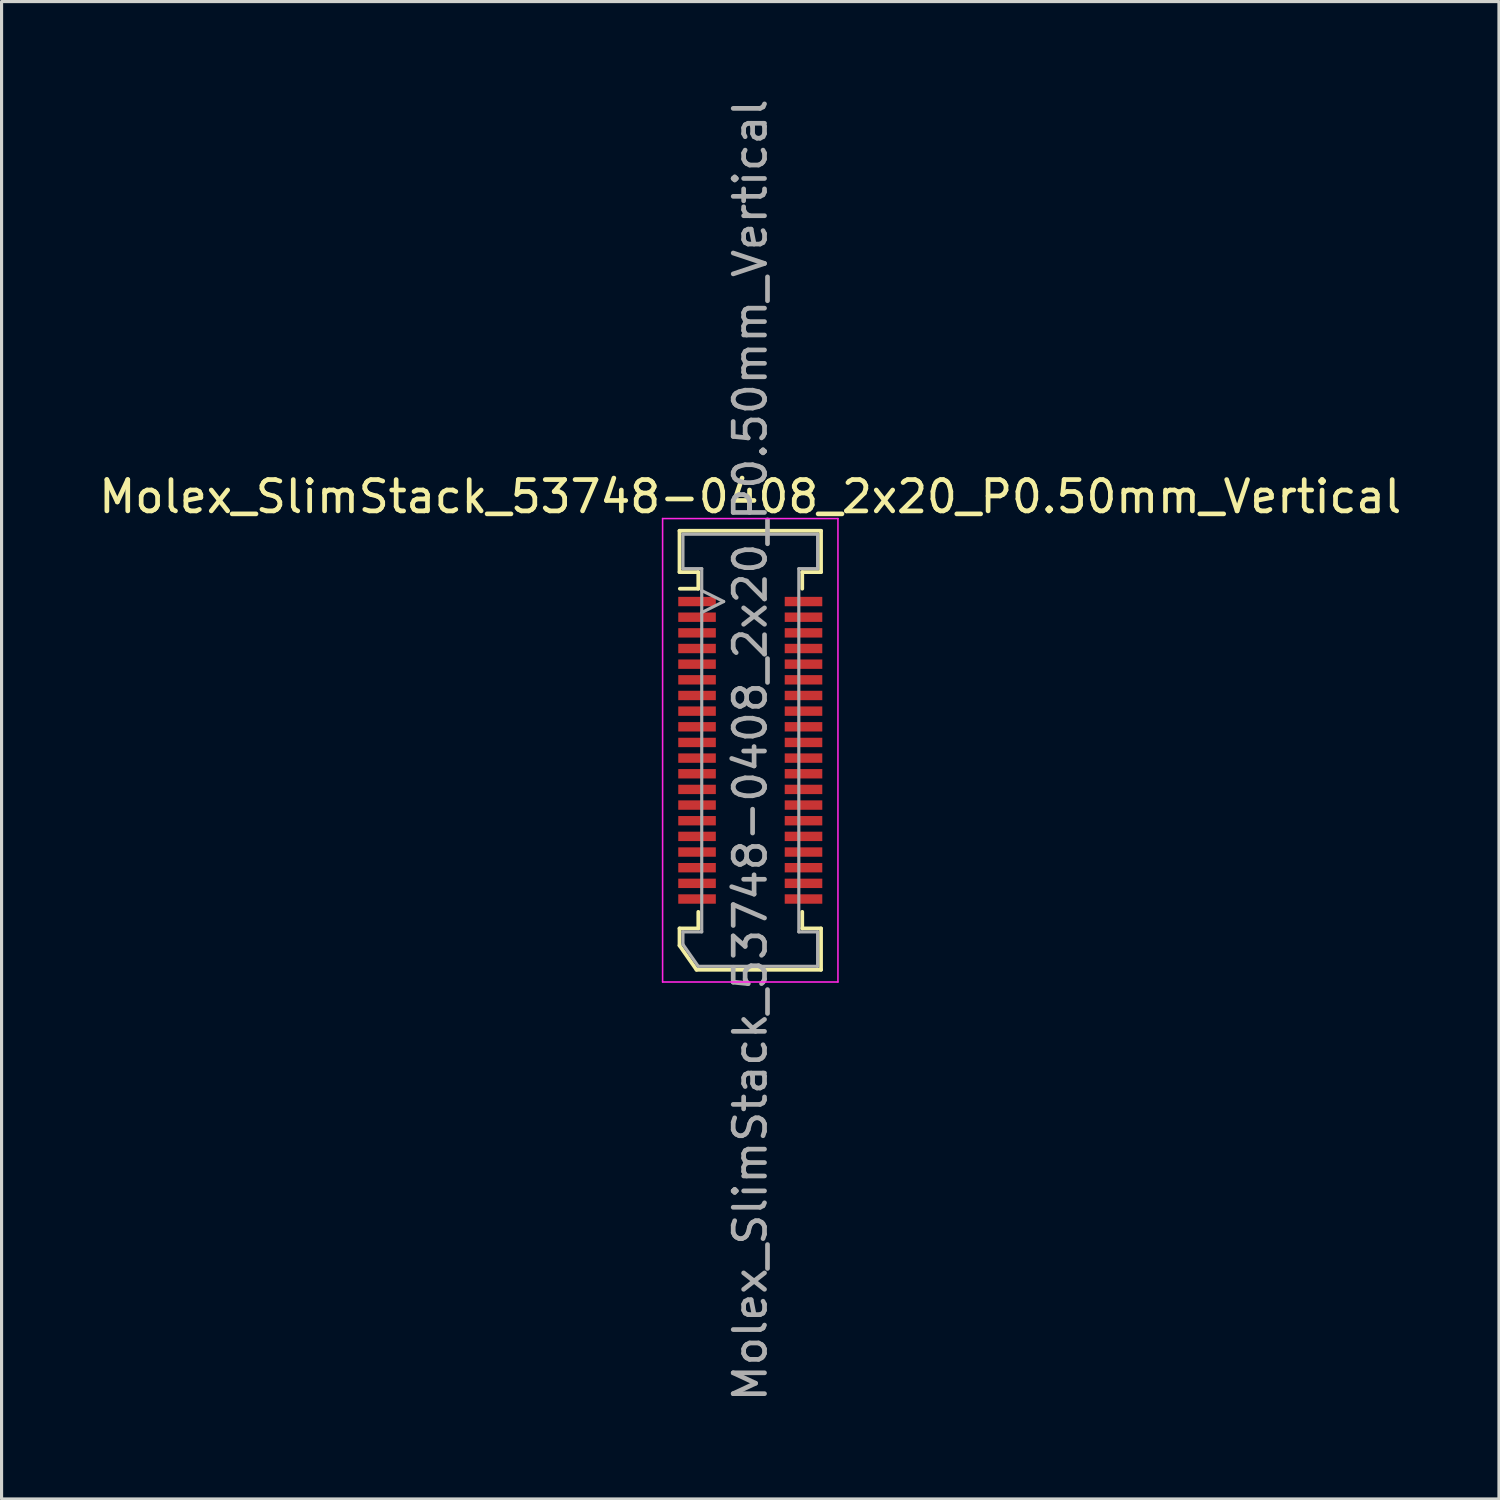
<source format=kicad_pcb>
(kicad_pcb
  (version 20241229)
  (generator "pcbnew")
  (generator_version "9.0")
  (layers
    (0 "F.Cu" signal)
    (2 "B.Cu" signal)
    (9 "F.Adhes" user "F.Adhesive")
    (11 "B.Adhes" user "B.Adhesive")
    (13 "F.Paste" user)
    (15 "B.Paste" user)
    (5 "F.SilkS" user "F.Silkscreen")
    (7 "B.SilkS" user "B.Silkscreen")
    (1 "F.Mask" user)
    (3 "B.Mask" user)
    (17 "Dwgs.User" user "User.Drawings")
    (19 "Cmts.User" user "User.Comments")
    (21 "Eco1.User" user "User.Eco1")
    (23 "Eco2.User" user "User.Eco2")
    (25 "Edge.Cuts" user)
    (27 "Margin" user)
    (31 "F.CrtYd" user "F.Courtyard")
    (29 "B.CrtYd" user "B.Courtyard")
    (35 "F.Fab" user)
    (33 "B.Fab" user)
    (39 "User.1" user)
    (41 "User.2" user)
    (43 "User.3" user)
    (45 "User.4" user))
  (footprint "Molex_SlimStack_53748-0408_2x20_P0.50mm_Vertical"
    (layer "F.Cu")
    (at 20.911 20.911)
    (property "Reference" "Molex_SlimStack_53748-0408_2x20_P0.50mm_Vertical" (at 0 -8.1 0) (layer "F.SilkS") (effects (font (size 1 1) (thickness 0.15))))
    (attr smd)
    (fp_line (start -2.26 -7.01) (end -2.26 -5.69) (stroke (width 0.12) (type solid)) (layer "F.SilkS"))
    (fp_line (start -2.26 -5.69) (end -1.66 -5.69) (stroke (width 0.12) (type solid)) (layer "F.SilkS"))
    (fp_line (start -2.26 5.69) (end -1.66 5.69) (stroke (width 0.12) (type solid)) (layer "F.SilkS"))
    (fp_line (start -2.26 6.235) (end -2.26 5.69) (stroke (width 0.12) (type solid)) (layer "F.SilkS"))
    (fp_line (start -1.717 7.01) (end -2.26 6.235) (stroke (width 0.12) (type solid)) (layer "F.SilkS"))
    (fp_line (start -1.66 -5.69) (end -1.66 -5.16) (stroke (width 0.12) (type solid)) (layer "F.SilkS"))
    (fp_line (start -1.66 -5.16) (end -2.25 -5.16) (stroke (width 0.12) (type solid)) (layer "F.SilkS"))
    (fp_line (start -1.66 5.69) (end -1.66 5.16) (stroke (width 0.12) (type solid)) (layer "F.SilkS"))
    (fp_line (start 1.66 -5.69) (end 2.26 -5.69) (stroke (width 0.12) (type solid)) (layer "F.SilkS"))
    (fp_line (start 1.66 -5.16) (end 1.66 -5.69) (stroke (width 0.12) (type solid)) (layer "F.SilkS"))
    (fp_line (start 1.66 5.16) (end 1.66 5.69) (stroke (width 0.12) (type solid)) (layer "F.SilkS"))
    (fp_line (start 1.66 5.69) (end 2.26 5.69) (stroke (width 0.12) (type solid)) (layer "F.SilkS"))
    (fp_line (start 2.26 -7.01) (end -2.26 -7.01) (stroke (width 0.12) (type solid)) (layer "F.SilkS"))
    (fp_line (start 2.26 -5.69) (end 2.26 -7.01) (stroke (width 0.12) (type solid)) (layer "F.SilkS"))
    (fp_line (start 2.26 5.69) (end 2.26 7.01) (stroke (width 0.12) (type solid)) (layer "F.SilkS"))
    (fp_line (start 2.26 7.01) (end -1.717 7.01) (stroke (width 0.12) (type solid)) (layer "F.SilkS"))
    (fp_line (start -2.8 -7.4) (end -2.8 7.4) (stroke (width 0.05) (type solid)) (layer "F.CrtYd"))
    (fp_line (start -2.8 7.4) (end 2.8 7.4) (stroke (width 0.05) (type solid)) (layer "F.CrtYd"))
    (fp_line (start 2.8 -7.4) (end -2.8 -7.4) (stroke (width 0.05) (type solid)) (layer "F.CrtYd"))
    (fp_line (start 2.8 7.4) (end 2.8 -7.4) (stroke (width 0.05) (type solid)) (layer "F.CrtYd"))
    (fp_line (start -2.15 -6.9) (end -2.15 -5.8) (stroke (width 0.1) (type solid)) (layer "F.Fab"))
    (fp_line (start -2.15 -5.8) (end -1.55 -5.8) (stroke (width 0.1) (type solid)) (layer "F.Fab"))
    (fp_line (start -2.15 5.8) (end -2.15 6.2) (stroke (width 0.1) (type solid)) (layer "F.Fab"))
    (fp_line (start -2.15 6.2) (end -1.66 6.9) (stroke (width 0.1) (type solid)) (layer "F.Fab"))
    (fp_line (start -1.66 6.9) (end 2.15 6.9) (stroke (width 0.1) (type solid)) (layer "F.Fab"))
    (fp_line (start -1.55 -5.8) (end -1.55 5.8) (stroke (width 0.1) (type solid)) (layer "F.Fab"))
    (fp_line (start -1.55 5.8) (end -2.15 5.8) (stroke (width 0.1) (type solid)) (layer "F.Fab"))
    (fp_line (start -0.85 -4.75) (end -1.55 -5.1) (stroke (width 0.1) (type solid)) (layer "F.Fab"))
    (fp_line (start -0.85 -4.75) (end -1.55 -4.4) (stroke (width 0.1) (type solid)) (layer "F.Fab"))
    (fp_line (start 1.55 -5.8) (end 2.15 -5.8) (stroke (width 0.1) (type solid)) (layer "F.Fab"))
    (fp_line (start 1.55 5.8) (end 1.55 -5.8) (stroke (width 0.1) (type solid)) (layer "F.Fab"))
    (fp_line (start 2.15 -6.9) (end -2.15 -6.9) (stroke (width 0.1) (type solid)) (layer "F.Fab"))
    (fp_line (start 2.15 -5.8) (end 2.15 -6.9) (stroke (width 0.1) (type solid)) (layer "F.Fab"))
    (fp_line (start 2.15 5.8) (end 1.55 5.8) (stroke (width 0.1) (type solid)) (layer "F.Fab"))
    (fp_line (start 2.15 6.9) (end 2.15 5.8) (stroke (width 0.1) (type solid)) (layer "F.Fab"))
    (fp_text user "${REFERENCE}" (at 0 0 90) (layer "F.Fab") (effects (font (size 1 1) (thickness 0.15))))
    (pad "1" smd rect (at -1.7 -4.75) (size 1.2 0.3) (layers "F.Cu" "F.Mask" "F.Paste"))
    (pad "2" smd rect (at 1.7 -4.75) (size 1.2 0.3) (layers "F.Cu" "F.Mask" "F.Paste"))
    (pad "3" smd rect (at -1.7 -4.25) (size 1.2 0.3) (layers "F.Cu" "F.Mask" "F.Paste"))
    (pad "4" smd rect (at 1.7 -4.25) (size 1.2 0.3) (layers "F.Cu" "F.Mask" "F.Paste"))
    (pad "5" smd rect (at -1.7 -3.75) (size 1.2 0.3) (layers "F.Cu" "F.Mask" "F.Paste"))
    (pad "6" smd rect (at 1.7 -3.75) (size 1.2 0.3) (layers "F.Cu" "F.Mask" "F.Paste"))
    (pad "7" smd rect (at -1.7 -3.25) (size 1.2 0.3) (layers "F.Cu" "F.Mask" "F.Paste"))
    (pad "8" smd rect (at 1.7 -3.25) (size 1.2 0.3) (layers "F.Cu" "F.Mask" "F.Paste"))
    (pad "9" smd rect (at -1.7 -2.75) (size 1.2 0.3) (layers "F.Cu" "F.Mask" "F.Paste"))
    (pad "10" smd rect (at 1.7 -2.75) (size 1.2 0.3) (layers "F.Cu" "F.Mask" "F.Paste"))
    (pad "11" smd rect (at -1.7 -2.25) (size 1.2 0.3) (layers "F.Cu" "F.Mask" "F.Paste"))
    (pad "12" smd rect (at 1.7 -2.25) (size 1.2 0.3) (layers "F.Cu" "F.Mask" "F.Paste"))
    (pad "13" smd rect (at -1.7 -1.75) (size 1.2 0.3) (layers "F.Cu" "F.Mask" "F.Paste"))
    (pad "14" smd rect (at 1.7 -1.75) (size 1.2 0.3) (layers "F.Cu" "F.Mask" "F.Paste"))
    (pad "15" smd rect (at -1.7 -1.25) (size 1.2 0.3) (layers "F.Cu" "F.Mask" "F.Paste"))
    (pad "16" smd rect (at 1.7 -1.25) (size 1.2 0.3) (layers "F.Cu" "F.Mask" "F.Paste"))
    (pad "17" smd rect (at -1.7 -0.75) (size 1.2 0.3) (layers "F.Cu" "F.Mask" "F.Paste"))
    (pad "18" smd rect (at 1.7 -0.75) (size 1.2 0.3) (layers "F.Cu" "F.Mask" "F.Paste"))
    (pad "19" smd rect (at -1.7 -0.25) (size 1.2 0.3) (layers "F.Cu" "F.Mask" "F.Paste"))
    (pad "20" smd rect (at 1.7 -0.25) (size 1.2 0.3) (layers "F.Cu" "F.Mask" "F.Paste"))
    (pad "21" smd rect (at -1.7 0.25) (size 1.2 0.3) (layers "F.Cu" "F.Mask" "F.Paste"))
    (pad "22" smd rect (at 1.7 0.25) (size 1.2 0.3) (layers "F.Cu" "F.Mask" "F.Paste"))
    (pad "23" smd rect (at -1.7 0.75) (size 1.2 0.3) (layers "F.Cu" "F.Mask" "F.Paste"))
    (pad "24" smd rect (at 1.7 0.75) (size 1.2 0.3) (layers "F.Cu" "F.Mask" "F.Paste"))
    (pad "25" smd rect (at -1.7 1.25) (size 1.2 0.3) (layers "F.Cu" "F.Mask" "F.Paste"))
    (pad "26" smd rect (at 1.7 1.25) (size 1.2 0.3) (layers "F.Cu" "F.Mask" "F.Paste"))
    (pad "27" smd rect (at -1.7 1.75) (size 1.2 0.3) (layers "F.Cu" "F.Mask" "F.Paste"))
    (pad "28" smd rect (at 1.7 1.75) (size 1.2 0.3) (layers "F.Cu" "F.Mask" "F.Paste"))
    (pad "29" smd rect (at -1.7 2.25) (size 1.2 0.3) (layers "F.Cu" "F.Mask" "F.Paste"))
    (pad "30" smd rect (at 1.7 2.25) (size 1.2 0.3) (layers "F.Cu" "F.Mask" "F.Paste"))
    (pad "31" smd rect (at -1.7 2.75) (size 1.2 0.3) (layers "F.Cu" "F.Mask" "F.Paste"))
    (pad "32" smd rect (at 1.7 2.75) (size 1.2 0.3) (layers "F.Cu" "F.Mask" "F.Paste"))
    (pad "33" smd rect (at -1.7 3.25) (size 1.2 0.3) (layers "F.Cu" "F.Mask" "F.Paste"))
    (pad "34" smd rect (at 1.7 3.25) (size 1.2 0.3) (layers "F.Cu" "F.Mask" "F.Paste"))
    (pad "35" smd rect (at -1.7 3.75) (size 1.2 0.3) (layers "F.Cu" "F.Mask" "F.Paste"))
    (pad "36" smd rect (at 1.7 3.75) (size 1.2 0.3) (layers "F.Cu" "F.Mask" "F.Paste"))
    (pad "37" smd rect (at -1.7 4.25) (size 1.2 0.3) (layers "F.Cu" "F.Mask" "F.Paste"))
    (pad "38" smd rect (at 1.7 4.25) (size 1.2 0.3) (layers "F.Cu" "F.Mask" "F.Paste"))
    (pad "39" smd rect (at -1.7 4.75) (size 1.2 0.3) (layers "F.Cu" "F.Mask" "F.Paste"))
    (pad "40" smd rect (at 1.7 4.75) (size 1.2 0.3) (layers "F.Cu" "F.Mask" "F.Paste")))
  (gr_rect
    (start -3 -3)
    (end 44.821 44.821)
    (stroke (width 0.1) (type default))
    (fill no)
    (layer "Edge.Cuts")))
</source>
